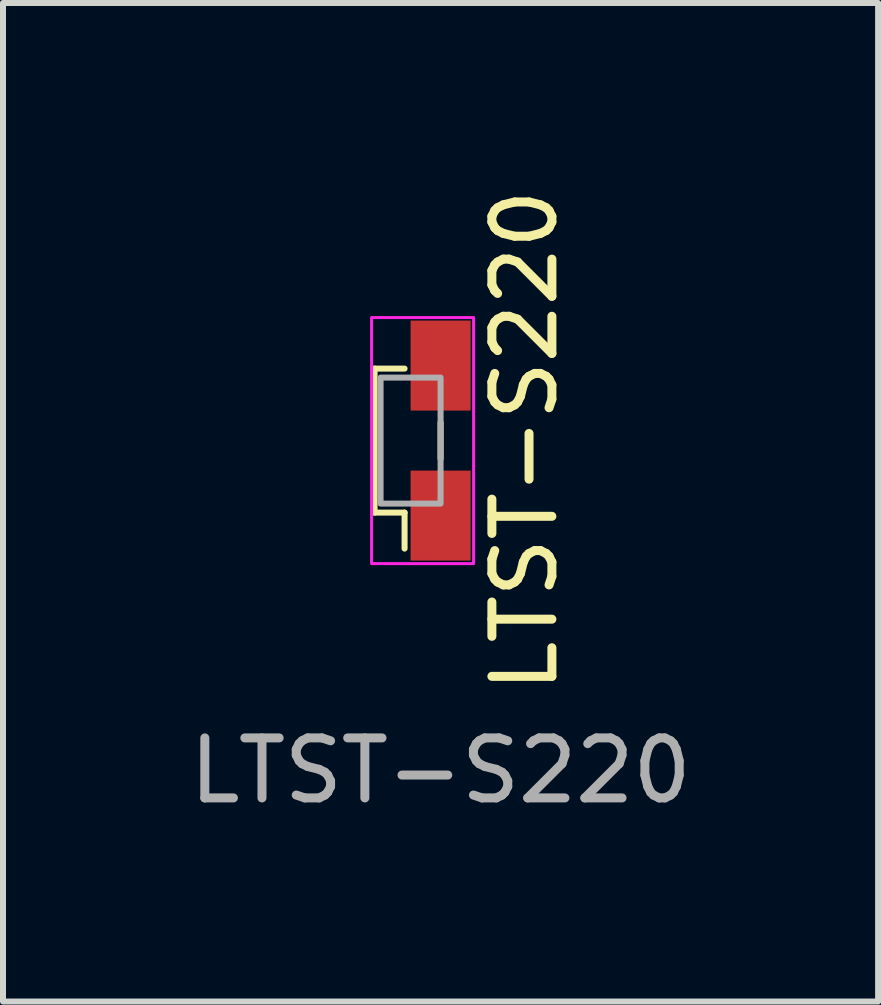
<source format=kicad_pcb>
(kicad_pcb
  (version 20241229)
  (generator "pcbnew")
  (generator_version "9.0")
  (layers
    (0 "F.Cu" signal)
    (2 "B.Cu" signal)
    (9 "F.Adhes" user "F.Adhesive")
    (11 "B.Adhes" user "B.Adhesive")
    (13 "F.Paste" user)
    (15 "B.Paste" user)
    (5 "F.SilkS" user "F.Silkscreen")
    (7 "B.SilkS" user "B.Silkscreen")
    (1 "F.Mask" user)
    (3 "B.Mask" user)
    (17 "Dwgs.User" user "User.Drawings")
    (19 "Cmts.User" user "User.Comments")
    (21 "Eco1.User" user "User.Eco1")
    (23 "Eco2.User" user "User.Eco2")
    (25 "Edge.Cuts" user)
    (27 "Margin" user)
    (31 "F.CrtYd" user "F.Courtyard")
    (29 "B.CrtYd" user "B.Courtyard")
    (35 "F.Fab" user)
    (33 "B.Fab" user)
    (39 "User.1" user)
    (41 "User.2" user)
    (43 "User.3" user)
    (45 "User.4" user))
  (footprint "LTST-S220"
    (layer "F.Cu")
    (at 4.292 4.292)
    (property "Reference" "LTST-S220" (at 1.4 0 90) (unlocked yes) (layer "F.SilkS") (effects (font (size 1 1) (thickness 0.15))))
    (attr smd)
    (fp_line (start -1.1 -1.2) (end -1.1 1.2) (stroke (width 0.1) (type default)) (layer "F.SilkS"))
    (fp_line (start -1.1 1.2) (end -0.6 1.2) (stroke (width 0.1) (type default)) (layer "F.SilkS"))
    (fp_line (start -0.6 -1.2) (end -1.1 -1.2) (stroke (width 0.1) (type default)) (layer "F.SilkS"))
    (fp_line (start -0.6 1.8) (end -0.6 1.2) (stroke (width 0.1) (type default)) (layer "F.SilkS"))
    (fp_line (start 0 -0.3) (end 0 0.3) (stroke (width 0.1) (type default)) (layer "F.SilkS"))
    (fp_rect (start -1.15 -2.05) (end 0.55 2.05) (stroke (width 0.05) (type default)) (fill no) (layer "F.CrtYd"))
    (fp_rect (start -1 -1.05) (end 0 1.05) (stroke (width 0.1) (type default)) (fill no) (layer "F.Fab"))
    (fp_text user "${REFERENCE}" (at 0 5.5 0) (unlocked yes) (layer "F.Fab") (effects (font (size 1 1) (thickness 0.15))))
    (pad "1" smd rect (at 0 1.25) (size 1 1.5) (layers "F.Cu" "F.Mask" "F.Paste"))
    (pad "2" smd rect (at 0 -1.25) (size 1 1.5) (layers "F.Cu" "F.Mask" "F.Paste")))
  (gr_rect
    (start -3 -3)
    (end 11.583 13.64)
    (stroke (width 0.1) (type default))
    (fill no)
    (layer "Edge.Cuts")))
</source>
